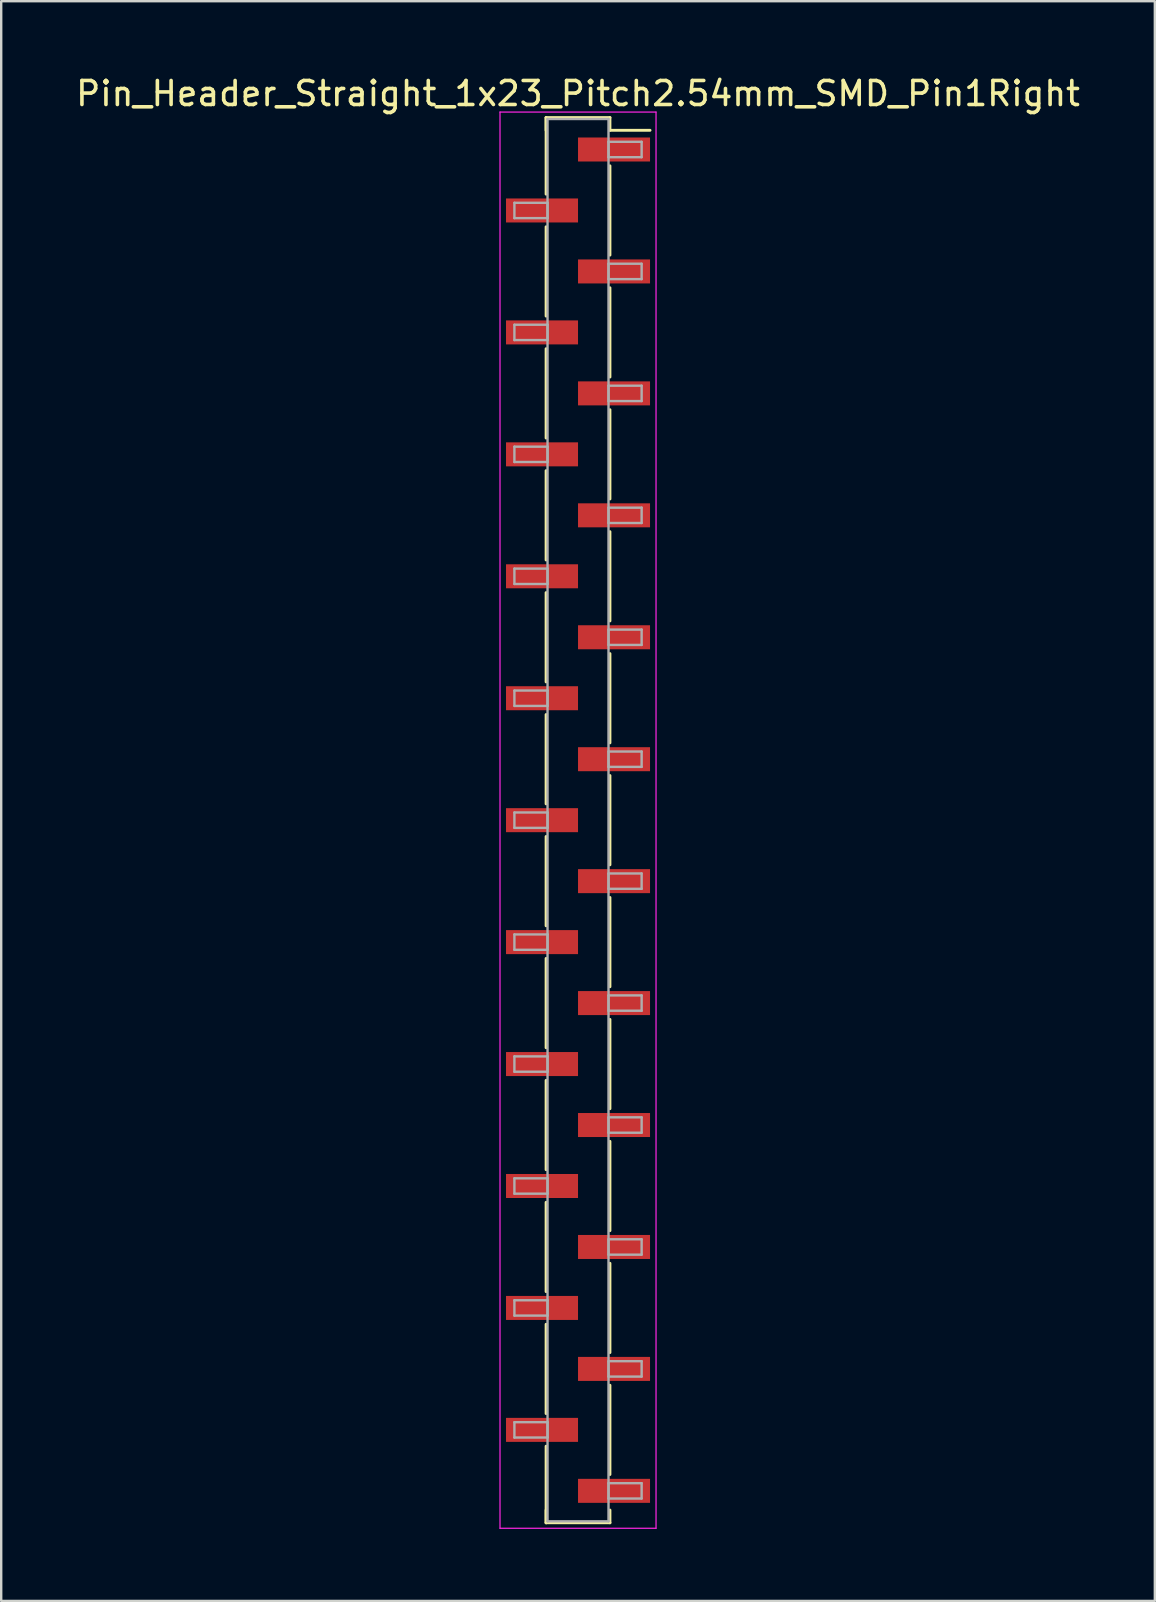
<source format=kicad_pcb>
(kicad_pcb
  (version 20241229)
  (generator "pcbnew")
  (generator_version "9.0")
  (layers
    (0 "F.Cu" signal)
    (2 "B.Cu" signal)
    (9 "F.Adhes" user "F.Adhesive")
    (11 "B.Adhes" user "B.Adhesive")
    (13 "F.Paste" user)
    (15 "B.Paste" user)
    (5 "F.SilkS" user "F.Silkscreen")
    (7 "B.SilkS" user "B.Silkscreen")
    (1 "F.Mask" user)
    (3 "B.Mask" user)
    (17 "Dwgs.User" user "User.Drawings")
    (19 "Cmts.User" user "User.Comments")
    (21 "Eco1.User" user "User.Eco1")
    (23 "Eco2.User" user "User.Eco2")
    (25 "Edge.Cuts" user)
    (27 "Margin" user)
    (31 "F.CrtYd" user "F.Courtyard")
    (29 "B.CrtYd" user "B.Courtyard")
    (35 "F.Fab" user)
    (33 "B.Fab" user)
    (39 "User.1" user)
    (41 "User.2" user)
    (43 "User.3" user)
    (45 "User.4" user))
  (footprint "Pin_Header_Straight_1x23_Pitch2.54mm_SMD_Pin1Right"
    (layer "F.Cu")
    (at 21.03 31.118)
    (property "Reference" "Pin_Header_Straight_1x23_Pitch2.54mm_SMD_Pin1Right" (at 0 -30.27 0) (layer "F.SilkS") (effects (font (size 1 1) (thickness 0.15))))
    (attr smd)
    (fp_line (start -1.33 -29.27) (end -1.33 -26.08) (stroke (width 0.12) (type solid)) (layer "F.SilkS"))
    (fp_line (start -1.33 -29.27) (end 1.33 -29.27) (stroke (width 0.12) (type solid)) (layer "F.SilkS"))
    (fp_line (start -1.33 -28.74) (end -1.33 -29.27) (stroke (width 0.12) (type solid)) (layer "F.SilkS"))
    (fp_line (start -1.33 -24.72) (end -1.33 -21) (stroke (width 0.12) (type solid)) (layer "F.SilkS"))
    (fp_line (start -1.33 -19.64) (end -1.33 -15.92) (stroke (width 0.12) (type solid)) (layer "F.SilkS"))
    (fp_line (start -1.33 -14.56) (end -1.33 -10.84) (stroke (width 0.12) (type solid)) (layer "F.SilkS"))
    (fp_line (start -1.33 -9.48) (end -1.33 -5.76) (stroke (width 0.12) (type solid)) (layer "F.SilkS"))
    (fp_line (start -1.33 -4.4) (end -1.33 -0.68) (stroke (width 0.12) (type solid)) (layer "F.SilkS"))
    (fp_line (start -1.33 0.68) (end -1.33 4.4) (stroke (width 0.12) (type solid)) (layer "F.SilkS"))
    (fp_line (start -1.33 5.76) (end -1.33 9.48) (stroke (width 0.12) (type solid)) (layer "F.SilkS"))
    (fp_line (start -1.33 10.84) (end -1.33 14.56) (stroke (width 0.12) (type solid)) (layer "F.SilkS"))
    (fp_line (start -1.33 15.92) (end -1.33 19.64) (stroke (width 0.12) (type solid)) (layer "F.SilkS"))
    (fp_line (start -1.33 21) (end -1.33 24.72) (stroke (width 0.12) (type solid)) (layer "F.SilkS"))
    (fp_line (start -1.33 26.08) (end -1.33 29.27) (stroke (width 0.12) (type solid)) (layer "F.SilkS"))
    (fp_line (start -1.33 28.74) (end -1.33 29.27) (stroke (width 0.12) (type solid)) (layer "F.SilkS"))
    (fp_line (start -1.33 29.27) (end 1.33 29.27) (stroke (width 0.12) (type solid)) (layer "F.SilkS"))
    (fp_line (start 1.33 -29.27) (end 1.33 -28.74) (stroke (width 0.12) (type solid)) (layer "F.SilkS"))
    (fp_line (start 1.33 -28.74) (end 3 -28.74) (stroke (width 0.12) (type solid)) (layer "F.SilkS"))
    (fp_line (start 1.33 -27.26) (end 1.33 -23.54) (stroke (width 0.12) (type solid)) (layer "F.SilkS"))
    (fp_line (start 1.33 -22.18) (end 1.33 -18.46) (stroke (width 0.12) (type solid)) (layer "F.SilkS"))
    (fp_line (start 1.33 -17.1) (end 1.33 -13.38) (stroke (width 0.12) (type solid)) (layer "F.SilkS"))
    (fp_line (start 1.33 -12.02) (end 1.33 -8.3) (stroke (width 0.12) (type solid)) (layer "F.SilkS"))
    (fp_line (start 1.33 -6.94) (end 1.33 -3.22) (stroke (width 0.12) (type solid)) (layer "F.SilkS"))
    (fp_line (start 1.33 -1.86) (end 1.33 1.86) (stroke (width 0.12) (type solid)) (layer "F.SilkS"))
    (fp_line (start 1.33 3.22) (end 1.33 6.94) (stroke (width 0.12) (type solid)) (layer "F.SilkS"))
    (fp_line (start 1.33 8.3) (end 1.33 12.02) (stroke (width 0.12) (type solid)) (layer "F.SilkS"))
    (fp_line (start 1.33 13.38) (end 1.33 17.1) (stroke (width 0.12) (type solid)) (layer "F.SilkS"))
    (fp_line (start 1.33 18.46) (end 1.33 22.18) (stroke (width 0.12) (type solid)) (layer "F.SilkS"))
    (fp_line (start 1.33 23.54) (end 1.33 27.26) (stroke (width 0.12) (type solid)) (layer "F.SilkS"))
    (fp_line (start 1.33 29.27) (end 1.33 28.74) (stroke (width 0.12) (type solid)) (layer "F.SilkS"))
    (fp_line (start -3.25 -29.5) (end -3.25 29.5) (stroke (width 0.05) (type solid)) (layer "F.CrtYd"))
    (fp_line (start -3.25 29.5) (end 3.25 29.5) (stroke (width 0.05) (type solid)) (layer "F.CrtYd"))
    (fp_line (start 3.25 -29.5) (end -3.25 -29.5) (stroke (width 0.05) (type solid)) (layer "F.CrtYd"))
    (fp_line (start 3.25 29.5) (end 3.25 -29.5) (stroke (width 0.05) (type solid)) (layer "F.CrtYd"))
    (fp_line (start -2.65 -25.72) (end -1.27 -25.72) (stroke (width 0.1) (type solid)) (layer "F.Fab"))
    (fp_line (start -2.65 -25.08) (end -2.65 -25.72) (stroke (width 0.1) (type solid)) (layer "F.Fab"))
    (fp_line (start -2.65 -20.64) (end -1.27 -20.64) (stroke (width 0.1) (type solid)) (layer "F.Fab"))
    (fp_line (start -2.65 -20) (end -2.65 -20.64) (stroke (width 0.1) (type solid)) (layer "F.Fab"))
    (fp_line (start -2.65 -15.56) (end -1.27 -15.56) (stroke (width 0.1) (type solid)) (layer "F.Fab"))
    (fp_line (start -2.65 -14.92) (end -2.65 -15.56) (stroke (width 0.1) (type solid)) (layer "F.Fab"))
    (fp_line (start -2.65 -10.48) (end -1.27 -10.48) (stroke (width 0.1) (type solid)) (layer "F.Fab"))
    (fp_line (start -2.65 -9.84) (end -2.65 -10.48) (stroke (width 0.1) (type solid)) (layer "F.Fab"))
    (fp_line (start -2.65 -5.4) (end -1.27 -5.4) (stroke (width 0.1) (type solid)) (layer "F.Fab"))
    (fp_line (start -2.65 -4.76) (end -2.65 -5.4) (stroke (width 0.1) (type solid)) (layer "F.Fab"))
    (fp_line (start -2.65 -0.32) (end -1.27 -0.32) (stroke (width 0.1) (type solid)) (layer "F.Fab"))
    (fp_line (start -2.65 0.32) (end -2.65 -0.32) (stroke (width 0.1) (type solid)) (layer "F.Fab"))
    (fp_line (start -2.65 4.76) (end -1.27 4.76) (stroke (width 0.1) (type solid)) (layer "F.Fab"))
    (fp_line (start -2.65 5.4) (end -2.65 4.76) (stroke (width 0.1) (type solid)) (layer "F.Fab"))
    (fp_line (start -2.65 9.84) (end -1.27 9.84) (stroke (width 0.1) (type solid)) (layer "F.Fab"))
    (fp_line (start -2.65 10.48) (end -2.65 9.84) (stroke (width 0.1) (type solid)) (layer "F.Fab"))
    (fp_line (start -2.65 14.92) (end -1.27 14.92) (stroke (width 0.1) (type solid)) (layer "F.Fab"))
    (fp_line (start -2.65 15.56) (end -2.65 14.92) (stroke (width 0.1) (type solid)) (layer "F.Fab"))
    (fp_line (start -2.65 20) (end -1.27 20) (stroke (width 0.1) (type solid)) (layer "F.Fab"))
    (fp_line (start -2.65 20.64) (end -2.65 20) (stroke (width 0.1) (type solid)) (layer "F.Fab"))
    (fp_line (start -2.65 25.08) (end -1.27 25.08) (stroke (width 0.1) (type solid)) (layer "F.Fab"))
    (fp_line (start -2.65 25.72) (end -2.65 25.08) (stroke (width 0.1) (type solid)) (layer "F.Fab"))
    (fp_line (start -1.27 -29.21) (end -1.27 29.21) (stroke (width 0.1) (type solid)) (layer "F.Fab"))
    (fp_line (start -1.27 -25.72) (end -1.27 -25.08) (stroke (width 0.1) (type solid)) (layer "F.Fab"))
    (fp_line (start -1.27 -25.08) (end -2.65 -25.08) (stroke (width 0.1) (type solid)) (layer "F.Fab"))
    (fp_line (start -1.27 -20.64) (end -1.27 -20) (stroke (width 0.1) (type solid)) (layer "F.Fab"))
    (fp_line (start -1.27 -20) (end -2.65 -20) (stroke (width 0.1) (type solid)) (layer "F.Fab"))
    (fp_line (start -1.27 -15.56) (end -1.27 -14.92) (stroke (width 0.1) (type solid)) (layer "F.Fab"))
    (fp_line (start -1.27 -14.92) (end -2.65 -14.92) (stroke (width 0.1) (type solid)) (layer "F.Fab"))
    (fp_line (start -1.27 -10.48) (end -1.27 -9.84) (stroke (width 0.1) (type solid)) (layer "F.Fab"))
    (fp_line (start -1.27 -9.84) (end -2.65 -9.84) (stroke (width 0.1) (type solid)) (layer "F.Fab"))
    (fp_line (start -1.27 -5.4) (end -1.27 -4.76) (stroke (width 0.1) (type solid)) (layer "F.Fab"))
    (fp_line (start -1.27 -4.76) (end -2.65 -4.76) (stroke (width 0.1) (type solid)) (layer "F.Fab"))
    (fp_line (start -1.27 -0.32) (end -1.27 0.32) (stroke (width 0.1) (type solid)) (layer "F.Fab"))
    (fp_line (start -1.27 0.32) (end -2.65 0.32) (stroke (width 0.1) (type solid)) (layer "F.Fab"))
    (fp_line (start -1.27 4.76) (end -1.27 5.4) (stroke (width 0.1) (type solid)) (layer "F.Fab"))
    (fp_line (start -1.27 5.4) (end -2.65 5.4) (stroke (width 0.1) (type solid)) (layer "F.Fab"))
    (fp_line (start -1.27 9.84) (end -1.27 10.48) (stroke (width 0.1) (type solid)) (layer "F.Fab"))
    (fp_line (start -1.27 10.48) (end -2.65 10.48) (stroke (width 0.1) (type solid)) (layer "F.Fab"))
    (fp_line (start -1.27 14.92) (end -1.27 15.56) (stroke (width 0.1) (type solid)) (layer "F.Fab"))
    (fp_line (start -1.27 15.56) (end -2.65 15.56) (stroke (width 0.1) (type solid)) (layer "F.Fab"))
    (fp_line (start -1.27 20) (end -1.27 20.64) (stroke (width 0.1) (type solid)) (layer "F.Fab"))
    (fp_line (start -1.27 20.64) (end -2.65 20.64) (stroke (width 0.1) (type solid)) (layer "F.Fab"))
    (fp_line (start -1.27 25.08) (end -1.27 25.72) (stroke (width 0.1) (type solid)) (layer "F.Fab"))
    (fp_line (start -1.27 25.72) (end -2.65 25.72) (stroke (width 0.1) (type solid)) (layer "F.Fab"))
    (fp_line (start -1.27 29.21) (end 1.27 29.21) (stroke (width 0.1) (type solid)) (layer "F.Fab"))
    (fp_line (start 1.27 -29.21) (end -1.27 -29.21) (stroke (width 0.1) (type solid)) (layer "F.Fab"))
    (fp_line (start 1.27 -28.26) (end 1.27 -27.62) (stroke (width 0.1) (type solid)) (layer "F.Fab"))
    (fp_line (start 1.27 -27.62) (end 2.65 -27.62) (stroke (width 0.1) (type solid)) (layer "F.Fab"))
    (fp_line (start 1.27 -23.18) (end 1.27 -22.54) (stroke (width 0.1) (type solid)) (layer "F.Fab"))
    (fp_line (start 1.27 -22.54) (end 2.65 -22.54) (stroke (width 0.1) (type solid)) (layer "F.Fab"))
    (fp_line (start 1.27 -18.1) (end 1.27 -17.46) (stroke (width 0.1) (type solid)) (layer "F.Fab"))
    (fp_line (start 1.27 -17.46) (end 2.65 -17.46) (stroke (width 0.1) (type solid)) (layer "F.Fab"))
    (fp_line (start 1.27 -13.02) (end 1.27 -12.38) (stroke (width 0.1) (type solid)) (layer "F.Fab"))
    (fp_line (start 1.27 -12.38) (end 2.65 -12.38) (stroke (width 0.1) (type solid)) (layer "F.Fab"))
    (fp_line (start 1.27 -7.94) (end 1.27 -7.3) (stroke (width 0.1) (type solid)) (layer "F.Fab"))
    (fp_line (start 1.27 -7.3) (end 2.65 -7.3) (stroke (width 0.1) (type solid)) (layer "F.Fab"))
    (fp_line (start 1.27 -2.86) (end 1.27 -2.22) (stroke (width 0.1) (type solid)) (layer "F.Fab"))
    (fp_line (start 1.27 -2.22) (end 2.65 -2.22) (stroke (width 0.1) (type solid)) (layer "F.Fab"))
    (fp_line (start 1.27 2.22) (end 1.27 2.86) (stroke (width 0.1) (type solid)) (layer "F.Fab"))
    (fp_line (start 1.27 2.86) (end 2.65 2.86) (stroke (width 0.1) (type solid)) (layer "F.Fab"))
    (fp_line (start 1.27 7.3) (end 1.27 7.94) (stroke (width 0.1) (type solid)) (layer "F.Fab"))
    (fp_line (start 1.27 7.94) (end 2.65 7.94) (stroke (width 0.1) (type solid)) (layer "F.Fab"))
    (fp_line (start 1.27 12.38) (end 1.27 13.02) (stroke (width 0.1) (type solid)) (layer "F.Fab"))
    (fp_line (start 1.27 13.02) (end 2.65 13.02) (stroke (width 0.1) (type solid)) (layer "F.Fab"))
    (fp_line (start 1.27 17.46) (end 1.27 18.1) (stroke (width 0.1) (type solid)) (layer "F.Fab"))
    (fp_line (start 1.27 18.1) (end 2.65 18.1) (stroke (width 0.1) (type solid)) (layer "F.Fab"))
    (fp_line (start 1.27 22.54) (end 1.27 23.18) (stroke (width 0.1) (type solid)) (layer "F.Fab"))
    (fp_line (start 1.27 23.18) (end 2.65 23.18) (stroke (width 0.1) (type solid)) (layer "F.Fab"))
    (fp_line (start 1.27 27.62) (end 1.27 28.26) (stroke (width 0.1) (type solid)) (layer "F.Fab"))
    (fp_line (start 1.27 28.26) (end 2.65 28.26) (stroke (width 0.1) (type solid)) (layer "F.Fab"))
    (fp_line (start 1.27 29.21) (end 1.27 -29.21) (stroke (width 0.1) (type solid)) (layer "F.Fab"))
    (fp_line (start 2.65 -28.26) (end 1.27 -28.26) (stroke (width 0.1) (type solid)) (layer "F.Fab"))
    (fp_line (start 2.65 -27.62) (end 2.65 -28.26) (stroke (width 0.1) (type solid)) (layer "F.Fab"))
    (fp_line (start 2.65 -23.18) (end 1.27 -23.18) (stroke (width 0.1) (type solid)) (layer "F.Fab"))
    (fp_line (start 2.65 -22.54) (end 2.65 -23.18) (stroke (width 0.1) (type solid)) (layer "F.Fab"))
    (fp_line (start 2.65 -18.1) (end 1.27 -18.1) (stroke (width 0.1) (type solid)) (layer "F.Fab"))
    (fp_line (start 2.65 -17.46) (end 2.65 -18.1) (stroke (width 0.1) (type solid)) (layer "F.Fab"))
    (fp_line (start 2.65 -13.02) (end 1.27 -13.02) (stroke (width 0.1) (type solid)) (layer "F.Fab"))
    (fp_line (start 2.65 -12.38) (end 2.65 -13.02) (stroke (width 0.1) (type solid)) (layer "F.Fab"))
    (fp_line (start 2.65 -7.94) (end 1.27 -7.94) (stroke (width 0.1) (type solid)) (layer "F.Fab"))
    (fp_line (start 2.65 -7.3) (end 2.65 -7.94) (stroke (width 0.1) (type solid)) (layer "F.Fab"))
    (fp_line (start 2.65 -2.86) (end 1.27 -2.86) (stroke (width 0.1) (type solid)) (layer "F.Fab"))
    (fp_line (start 2.65 -2.22) (end 2.65 -2.86) (stroke (width 0.1) (type solid)) (layer "F.Fab"))
    (fp_line (start 2.65 2.22) (end 1.27 2.22) (stroke (width 0.1) (type solid)) (layer "F.Fab"))
    (fp_line (start 2.65 2.86) (end 2.65 2.22) (stroke (width 0.1) (type solid)) (layer "F.Fab"))
    (fp_line (start 2.65 7.3) (end 1.27 7.3) (stroke (width 0.1) (type solid)) (layer "F.Fab"))
    (fp_line (start 2.65 7.94) (end 2.65 7.3) (stroke (width 0.1) (type solid)) (layer "F.Fab"))
    (fp_line (start 2.65 12.38) (end 1.27 12.38) (stroke (width 0.1) (type solid)) (layer "F.Fab"))
    (fp_line (start 2.65 13.02) (end 2.65 12.38) (stroke (width 0.1) (type solid)) (layer "F.Fab"))
    (fp_line (start 2.65 17.46) (end 1.27 17.46) (stroke (width 0.1) (type solid)) (layer "F.Fab"))
    (fp_line (start 2.65 18.1) (end 2.65 17.46) (stroke (width 0.1) (type solid)) (layer "F.Fab"))
    (fp_line (start 2.65 22.54) (end 1.27 22.54) (stroke (width 0.1) (type solid)) (layer "F.Fab"))
    (fp_line (start 2.65 23.18) (end 2.65 22.54) (stroke (width 0.1) (type solid)) (layer "F.Fab"))
    (fp_line (start 2.65 27.62) (end 1.27 27.62) (stroke (width 0.1) (type solid)) (layer "F.Fab"))
    (fp_line (start 2.65 28.26) (end 2.65 27.62) (stroke (width 0.1) (type solid)) (layer "F.Fab"))
    (pad "1" smd rect (at 1.5 -27.94) (size 3 1) (layers "F.Cu" "F.Mask"))
    (pad "2" smd rect (at -1.5 -25.4) (size 3 1) (layers "F.Cu" "F.Mask"))
    (pad "3" smd rect (at 1.5 -22.86) (size 3 1) (layers "F.Cu" "F.Mask"))
    (pad "4" smd rect (at -1.5 -20.32) (size 3 1) (layers "F.Cu" "F.Mask"))
    (pad "5" smd rect (at 1.5 -17.78) (size 3 1) (layers "F.Cu" "F.Mask"))
    (pad "6" smd rect (at -1.5 -15.24) (size 3 1) (layers "F.Cu" "F.Mask"))
    (pad "7" smd rect (at 1.5 -12.7) (size 3 1) (layers "F.Cu" "F.Mask"))
    (pad "8" smd rect (at -1.5 -10.16) (size 3 1) (layers "F.Cu" "F.Mask"))
    (pad "9" smd rect (at 1.5 -7.62) (size 3 1) (layers "F.Cu" "F.Mask"))
    (pad "10" smd rect (at -1.5 -5.08) (size 3 1) (layers "F.Cu" "F.Mask"))
    (pad "11" smd rect (at 1.5 -2.54) (size 3 1) (layers "F.Cu" "F.Mask"))
    (pad "12" smd rect (at -1.5 0) (size 3 1) (layers "F.Cu" "F.Mask"))
    (pad "13" smd rect (at 1.5 2.54) (size 3 1) (layers "F.Cu" "F.Mask"))
    (pad "14" smd rect (at -1.5 5.08) (size 3 1) (layers "F.Cu" "F.Mask"))
    (pad "15" smd rect (at 1.5 7.62) (size 3 1) (layers "F.Cu" "F.Mask"))
    (pad "16" smd rect (at -1.5 10.16) (size 3 1) (layers "F.Cu" "F.Mask"))
    (pad "17" smd rect (at 1.5 12.7) (size 3 1) (layers "F.Cu" "F.Mask"))
    (pad "18" smd rect (at -1.5 15.24) (size 3 1) (layers "F.Cu" "F.Mask"))
    (pad "19" smd rect (at 1.5 17.78) (size 3 1) (layers "F.Cu" "F.Mask"))
    (pad "20" smd rect (at -1.5 20.32) (size 3 1) (layers "F.Cu" "F.Mask"))
    (pad "21" smd rect (at 1.5 22.86) (size 3 1) (layers "F.Cu" "F.Mask"))
    (pad "22" smd rect (at -1.5 25.4) (size 3 1) (layers "F.Cu" "F.Mask"))
    (pad "23" smd rect (at 1.5 27.94) (size 3 1) (layers "F.Cu" "F.Mask")))
  (gr_rect
    (start -3 -3)
    (end 45.06 63.643)
    (stroke (width 0.1) (type default))
    (fill no)
    (layer "Edge.Cuts")))
</source>
